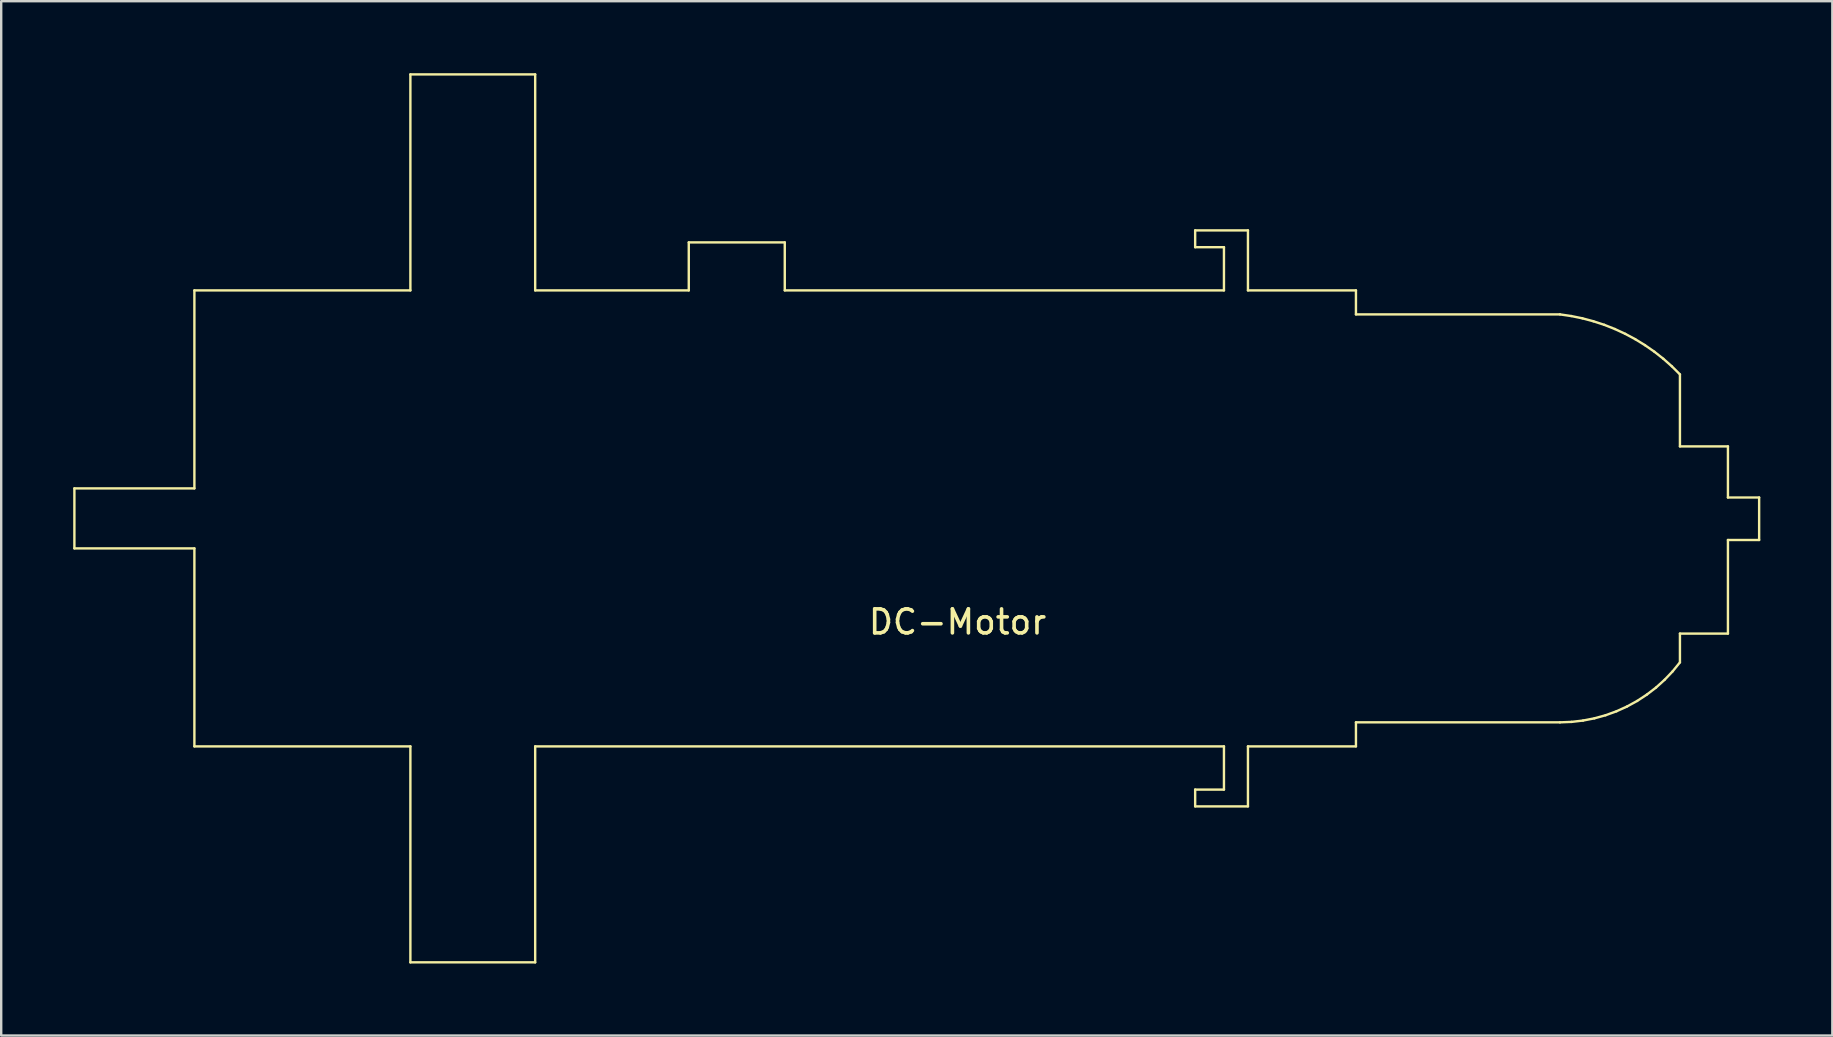
<source format=kicad_pcb>
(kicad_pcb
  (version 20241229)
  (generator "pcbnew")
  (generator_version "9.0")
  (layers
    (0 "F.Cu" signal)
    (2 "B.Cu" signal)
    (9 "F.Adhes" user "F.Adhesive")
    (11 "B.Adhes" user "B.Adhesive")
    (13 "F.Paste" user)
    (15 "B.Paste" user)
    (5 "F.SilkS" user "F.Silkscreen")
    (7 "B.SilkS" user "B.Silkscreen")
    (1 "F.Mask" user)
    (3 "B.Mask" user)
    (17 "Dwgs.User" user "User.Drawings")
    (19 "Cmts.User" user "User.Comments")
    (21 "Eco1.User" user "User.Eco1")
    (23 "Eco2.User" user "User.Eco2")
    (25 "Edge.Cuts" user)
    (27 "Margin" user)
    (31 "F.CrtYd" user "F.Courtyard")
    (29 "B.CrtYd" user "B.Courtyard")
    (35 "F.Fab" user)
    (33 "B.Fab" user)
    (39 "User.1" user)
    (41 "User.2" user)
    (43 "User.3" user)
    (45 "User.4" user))
  (footprint "DC-Motor"
    (layer "F.Cu")
    (at 36.929 18.456)
    (property "Reference" "DC-Motor" (at -0.08 4.41 0) (layer "F.SilkS") (effects (font (size 1 1) (thickness 0.15))))
    (attr through_hole)
    (fp_line (start -36.879 -1.156) (end -31.879 -1.156) (stroke (width 0.1) (type solid)) (layer "F.SilkS"))
    (fp_line (start -36.879 1.344) (end -36.879 -1.156) (stroke (width 0.1) (type solid)) (layer "F.SilkS"))
    (fp_line (start -31.879 -9.406) (end -22.879 -9.406) (stroke (width 0.1) (type solid)) (layer "F.SilkS"))
    (fp_line (start -31.879 -1.156) (end -31.879 -9.406) (stroke (width 0.1) (type solid)) (layer "F.SilkS"))
    (fp_line (start -31.879 1.344) (end -36.879 1.344) (stroke (width 0.1) (type solid)) (layer "F.SilkS"))
    (fp_line (start -31.879 9.594) (end -31.879 1.344) (stroke (width 0.1) (type solid)) (layer "F.SilkS"))
    (fp_line (start -22.879 -18.406) (end -17.679 -18.406) (stroke (width 0.1) (type solid)) (layer "F.SilkS"))
    (fp_line (start -22.879 -9.406) (end -22.879 -18.406) (stroke (width 0.1) (type solid)) (layer "F.SilkS"))
    (fp_line (start -22.879 9.594) (end -31.879 9.594) (stroke (width 0.1) (type solid)) (layer "F.SilkS"))
    (fp_line (start -22.879 18.594) (end -22.879 9.594) (stroke (width 0.1) (type solid)) (layer "F.SilkS"))
    (fp_line (start -17.679 -18.406) (end -17.679 -9.406) (stroke (width 0.1) (type solid)) (layer "F.SilkS"))
    (fp_line (start -17.679 -9.406) (end -11.279 -9.406) (stroke (width 0.1) (type solid)) (layer "F.SilkS"))
    (fp_line (start -17.679 9.594) (end -17.679 18.594) (stroke (width 0.1) (type solid)) (layer "F.SilkS"))
    (fp_line (start -17.679 18.594) (end -22.879 18.594) (stroke (width 0.1) (type solid)) (layer "F.SilkS"))
    (fp_line (start -11.279 -11.406) (end -7.279 -11.406) (stroke (width 0.1) (type solid)) (layer "F.SilkS"))
    (fp_line (start -11.279 -9.406) (end -11.279 -11.406) (stroke (width 0.1) (type solid)) (layer "F.SilkS"))
    (fp_line (start -7.279 -11.406) (end -7.279 -9.406) (stroke (width 0.1) (type solid)) (layer "F.SilkS"))
    (fp_line (start -7.279 -9.406) (end 11.021 -9.406) (stroke (width 0.1) (type solid)) (layer "F.SilkS"))
    (fp_line (start 9.821 -11.906) (end 12.021 -11.906) (stroke (width 0.1) (type solid)) (layer "F.SilkS"))
    (fp_line (start 9.821 -11.206) (end 9.821 -11.906) (stroke (width 0.1) (type solid)) (layer "F.SilkS"))
    (fp_line (start 9.821 11.394) (end 11.021 11.394) (stroke (width 0.1) (type solid)) (layer "F.SilkS"))
    (fp_line (start 9.821 12.094) (end 9.821 11.394) (stroke (width 0.1) (type solid)) (layer "F.SilkS"))
    (fp_line (start 11.021 -11.206) (end 9.821 -11.206) (stroke (width 0.1) (type solid)) (layer "F.SilkS"))
    (fp_line (start 11.021 -9.406) (end 11.021 -11.206) (stroke (width 0.1) (type solid)) (layer "F.SilkS"))
    (fp_line (start 11.021 9.594) (end -17.679 9.594) (stroke (width 0.1) (type solid)) (layer "F.SilkS"))
    (fp_line (start 11.021 11.394) (end 11.021 9.594) (stroke (width 0.1) (type solid)) (layer "F.SilkS"))
    (fp_line (start 12.021 -11.906) (end 12.021 -9.406) (stroke (width 0.1) (type solid)) (layer "F.SilkS"))
    (fp_line (start 12.021 -9.406) (end 16.521 -9.406) (stroke (width 0.1) (type solid)) (layer "F.SilkS"))
    (fp_line (start 12.021 9.594) (end 12.021 12.094) (stroke (width 0.1) (type solid)) (layer "F.SilkS"))
    (fp_line (start 12.021 12.094) (end 9.821 12.094) (stroke (width 0.1) (type solid)) (layer "F.SilkS"))
    (fp_line (start 16.521 -9.406) (end 16.521 -8.406) (stroke (width 0.1) (type solid)) (layer "F.SilkS"))
    (fp_line (start 16.521 -8.406) (end 25.021 -8.406) (stroke (width 0.1) (type solid)) (layer "F.SilkS"))
    (fp_line (start 16.521 8.593) (end 16.521 9.594) (stroke (width 0.1) (type solid)) (layer "F.SilkS"))
    (fp_line (start 16.521 9.594) (end 12.021 9.594) (stroke (width 0.1) (type solid)) (layer "F.SilkS"))
    (fp_line (start 25.021 -8.406) (end 25.491 -8.337) (stroke (width 0.1) (type solid)) (layer "F.SilkS"))
    (fp_line (start 25.021 8.593) (end 16.521 8.593) (stroke (width 0.1) (type solid)) (layer "F.SilkS"))
    (fp_line (start 25.491 -8.337) (end 25.957 -8.242) (stroke (width 0.1) (type solid)) (layer "F.SilkS"))
    (fp_line (start 25.504 8.574) (end 25.021 8.593) (stroke (width 0.1) (type solid)) (layer "F.SilkS"))
    (fp_line (start 25.957 -8.242) (end 26.416 -8.119) (stroke (width 0.1) (type solid)) (layer "F.SilkS"))
    (fp_line (start 25.983 8.518) (end 25.504 8.574) (stroke (width 0.1) (type solid)) (layer "F.SilkS"))
    (fp_line (start 26.416 -8.119) (end 26.868 -7.971) (stroke (width 0.1) (type solid)) (layer "F.SilkS"))
    (fp_line (start 26.457 8.426) (end 25.983 8.518) (stroke (width 0.1) (type solid)) (layer "F.SilkS"))
    (fp_line (start 26.868 -7.971) (end 27.31 -7.796) (stroke (width 0.1) (type solid)) (layer "F.SilkS"))
    (fp_line (start 26.922 8.297) (end 26.457 8.426) (stroke (width 0.1) (type solid)) (layer "F.SilkS"))
    (fp_line (start 27.31 -7.796) (end 27.741 -7.596) (stroke (width 0.1) (type solid)) (layer "F.SilkS"))
    (fp_line (start 27.376 8.132) (end 26.922 8.297) (stroke (width 0.1) (type solid)) (layer "F.SilkS"))
    (fp_line (start 27.741 -7.596) (end 28.16 -7.371) (stroke (width 0.1) (type solid)) (layer "F.SilkS"))
    (fp_line (start 27.816 7.933) (end 27.376 8.132) (stroke (width 0.1) (type solid)) (layer "F.SilkS"))
    (fp_line (start 28.16 -7.371) (end 28.565 -7.122) (stroke (width 0.1) (type solid)) (layer "F.SilkS"))
    (fp_line (start 28.239 7.701) (end 27.816 7.933) (stroke (width 0.1) (type solid)) (layer "F.SilkS"))
    (fp_line (start 28.565 -7.122) (end 28.955 -6.851) (stroke (width 0.1) (type solid)) (layer "F.SilkS"))
    (fp_line (start 28.643 7.436) (end 28.239 7.701) (stroke (width 0.1) (type solid)) (layer "F.SilkS"))
    (fp_line (start 28.955 -6.851) (end 29.328 -6.557) (stroke (width 0.1) (type solid)) (layer "F.SilkS"))
    (fp_line (start 29.026 7.142) (end 28.643 7.436) (stroke (width 0.1) (type solid)) (layer "F.SilkS"))
    (fp_line (start 29.328 -6.557) (end 29.684 -6.242) (stroke (width 0.1) (type solid)) (layer "F.SilkS"))
    (fp_line (start 29.384 6.818) (end 29.026 7.142) (stroke (width 0.1) (type solid)) (layer "F.SilkS"))
    (fp_line (start 29.684 -6.242) (end 30.021 -5.906) (stroke (width 0.1) (type solid)) (layer "F.SilkS"))
    (fp_line (start 29.717 6.468) (end 29.384 6.818) (stroke (width 0.1) (type solid)) (layer "F.SilkS"))
    (fp_line (start 30.021 -5.906) (end 30.021 -2.906) (stroke (width 0.1) (type solid)) (layer "F.SilkS"))
    (fp_line (start 30.021 -2.906) (end 32.021 -2.906) (stroke (width 0.1) (type solid)) (layer "F.SilkS"))
    (fp_line (start 30.021 4.894) (end 30.021 6.094) (stroke (width 0.1) (type solid)) (layer "F.SilkS"))
    (fp_line (start 30.021 6.094) (end 29.717 6.468) (stroke (width 0.1) (type solid)) (layer "F.SilkS"))
    (fp_line (start 32.021 -2.906) (end 32.021 -0.776) (stroke (width 0.1) (type solid)) (layer "F.SilkS"))
    (fp_line (start 32.021 -0.776) (end 33.321 -0.776) (stroke (width 0.1) (type solid)) (layer "F.SilkS"))
    (fp_line (start 32.021 0.994) (end 32.021 4.894) (stroke (width 0.1) (type solid)) (layer "F.SilkS"))
    (fp_line (start 32.021 4.894) (end 30.021 4.894) (stroke (width 0.1) (type solid)) (layer "F.SilkS"))
    (fp_line (start 33.321 -0.776) (end 33.321 0.994) (stroke (width 0.1) (type solid)) (layer "F.SilkS"))
    (fp_line (start 33.321 0.994) (end 32.021 0.994) (stroke (width 0.1) (type solid)) (layer "F.SilkS")))
  (gr_rect
    (start -3 -3)
    (end 73.3 40.1)
    (stroke (width 0.1) (type default))
    (fill no)
    (layer "Edge.Cuts")))
</source>
